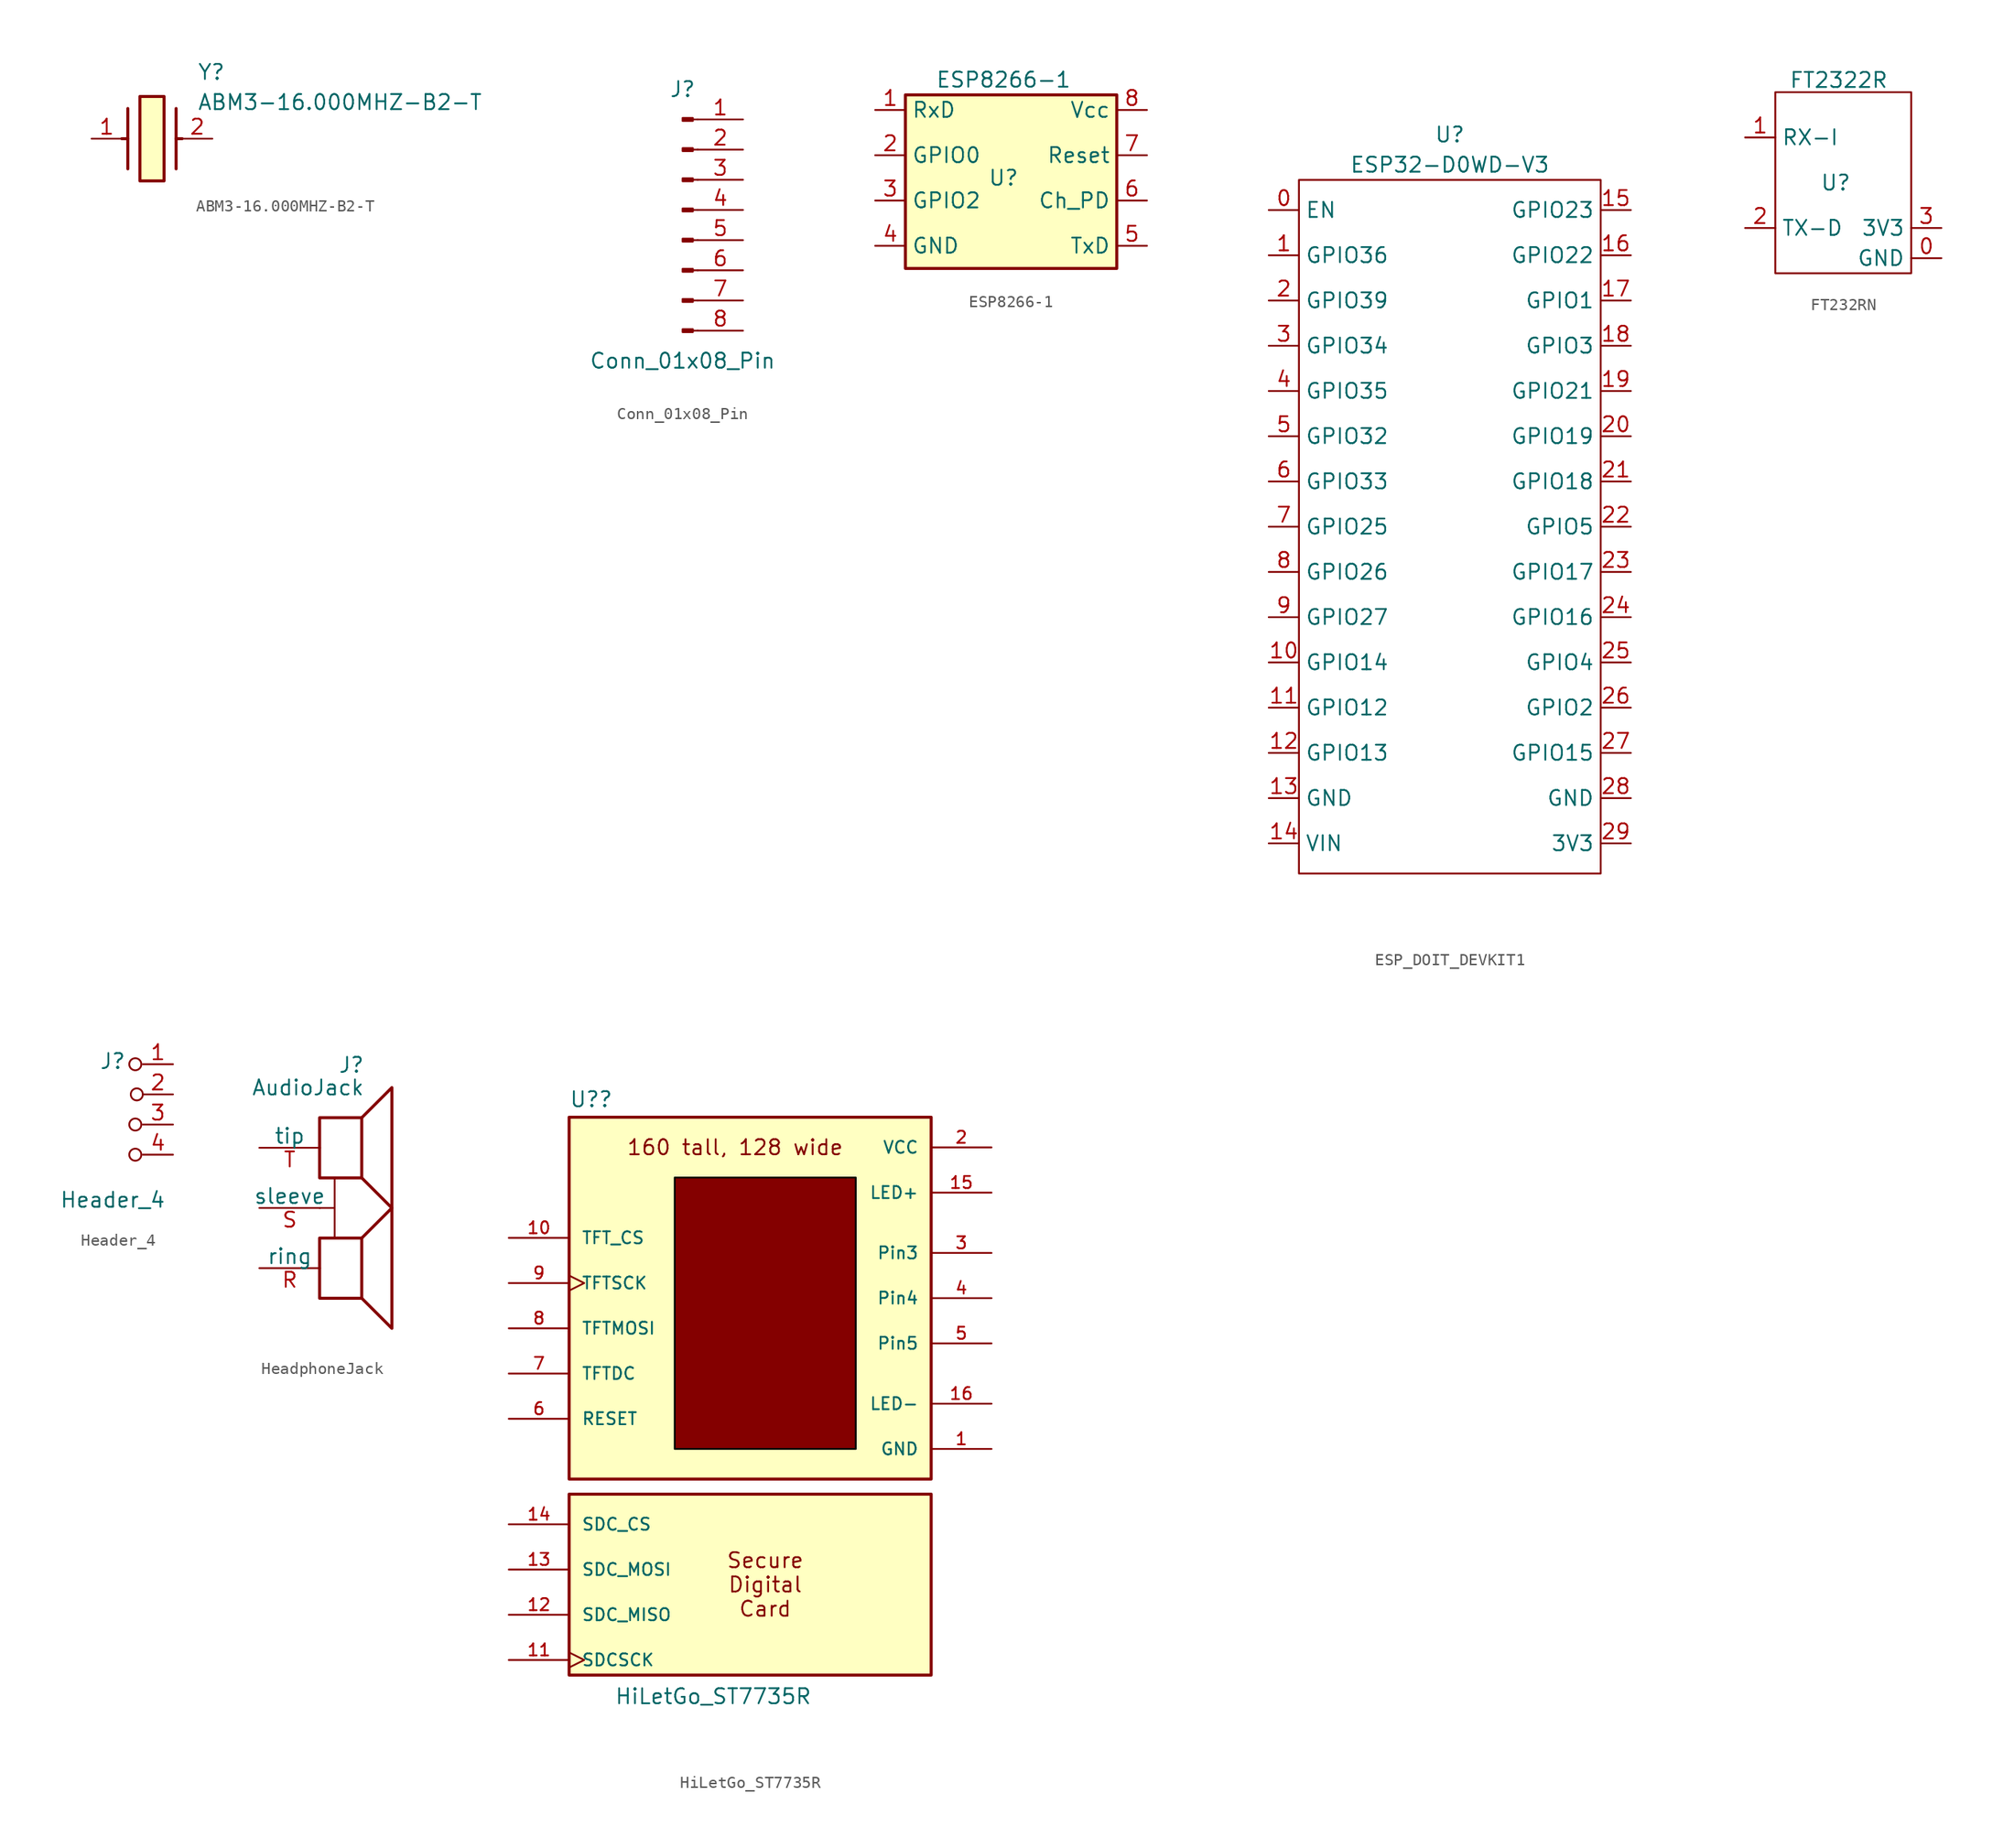
<source format=kicad_sym>
(kicad_symbol_lib
  (version 20241209)
  (generator "kicad_symbol_editor")
  (generator_version "9.0")
  (symbol "ABM3-16.000MHZ-B2-T"
    (pin_names
      (hide yes))
    (property "Reference" "Y"
      (at 8.89 6.35 0)
      (effects (font (size 1.27 1.27)) (justify left top)))
    (property "Value" "ABM3-16.000MHZ-B2-T"
      (at 8.89 3.81 0)
      (effects (font (size 1.27 1.27)) (justify left top)))
    (symbol "ABM3-16.000MHZ-B2-T_1_1"
      (polyline (pts (xy 3.048 2.54) (xy 3.048 -2.54)) (stroke (width 0.254) (type default)) (fill (type none)))
      (polyline (pts (xy 3.048 0) (xy 2.54 0)) (stroke (width 0.254) (type default)) (fill (type none)))
      (rectangle (start 4.064 3.556) (end 6.096 -3.556) (stroke (width 0.254) (type default)) (fill (type background)))
      (polyline (pts (xy 7.112 2.54) (xy 7.112 -2.54)) (stroke (width 0.254) (type default)) (fill (type none)))
      (polyline (pts (xy 7.112 0) (xy 7.62 0)) (stroke (width 0.254) (type default)) (fill (type none)))
      (pin passive line (at 0 0 0) (length 2.54) (name "1" (effects (font (size 1.27 1.27)))) (number "1" (effects (font (size 1.27 1.27)))))
      (pin passive line (at 10.16 0 180) (length 2.54) (name "2" (effects (font (size 1.27 1.27)))) (number "2" (effects (font (size 1.27 1.27)))))))
  (symbol "Conn_01x08_Pin"
    (pin_names
      (offset 1.016)
      (hide yes))
    (property "Reference" "J"
      (at 0 10.16 0)
      (effects (font (size 1.27 1.27))))
    (property "Value" "Conn_01x08_Pin"
      (at 0 -12.7 0)
      (effects (font (size 1.27 1.27))))
    (symbol "Conn_01x08_Pin_1_1"
      (rectangle (start 0.864 7.747) (end 0 7.493) (stroke (width 0.152) (type default)) (fill (type outline)))
      (rectangle (start 0.864 5.207) (end 0 4.953) (stroke (width 0.152) (type default)) (fill (type outline)))
      (rectangle (start 0.864 2.667) (end 0 2.413) (stroke (width 0.152) (type default)) (fill (type outline)))
      (rectangle (start 0.864 0.127) (end 0 -0.127) (stroke (width 0.152) (type default)) (fill (type outline)))
      (rectangle (start 0.864 -2.413) (end 0 -2.667) (stroke (width 0.152) (type default)) (fill (type outline)))
      (rectangle (start 0.864 -4.953) (end 0 -5.207) (stroke (width 0.152) (type default)) (fill (type outline)))
      (rectangle (start 0.864 -7.493) (end 0 -7.747) (stroke (width 0.152) (type default)) (fill (type outline)))
      (rectangle (start 0.864 -10.033) (end 0 -10.287) (stroke (width 0.152) (type default)) (fill (type outline)))
      (polyline (pts (xy 1.27 7.62) (xy 0.864 7.62)) (stroke (width 0.152) (type default)) (fill (type none)))
      (polyline (pts (xy 1.27 5.08) (xy 0.864 5.08)) (stroke (width 0.152) (type default)) (fill (type none)))
      (polyline (pts (xy 1.27 2.54) (xy 0.864 2.54)) (stroke (width 0.152) (type default)) (fill (type none)))
      (polyline (pts (xy 1.27 0) (xy 0.864 0)) (stroke (width 0.152) (type default)) (fill (type none)))
      (polyline (pts (xy 1.27 -2.54) (xy 0.864 -2.54)) (stroke (width 0.152) (type default)) (fill (type none)))
      (polyline (pts (xy 1.27 -5.08) (xy 0.864 -5.08)) (stroke (width 0.152) (type default)) (fill (type none)))
      (polyline (pts (xy 1.27 -7.62) (xy 0.864 -7.62)) (stroke (width 0.152) (type default)) (fill (type none)))
      (polyline (pts (xy 1.27 -10.16) (xy 0.864 -10.16)) (stroke (width 0.152) (type default)) (fill (type none)))
      (pin passive line (at 5.08 7.62 180) (length 3.81) (name "Pin_1" (effects (font (size 1.27 1.27)))) (number "1" (effects (font (size 1.27 1.27)))))
      (pin passive line (at 5.08 5.08 180) (length 3.81) (name "Pin_2" (effects (font (size 1.27 1.27)))) (number "2" (effects (font (size 1.27 1.27)))))
      (pin passive line (at 5.08 2.54 180) (length 3.81) (name "Pin_3" (effects (font (size 1.27 1.27)))) (number "3" (effects (font (size 1.27 1.27)))))
      (pin passive line (at 5.08 0 180) (length 3.81) (name "Pin_4" (effects (font (size 1.27 1.27)))) (number "4" (effects (font (size 1.27 1.27)))))
      (pin passive line (at 5.08 -2.54 180) (length 3.81) (name "Pin_5" (effects (font (size 1.27 1.27)))) (number "5" (effects (font (size 1.27 1.27)))))
      (pin passive line (at 5.08 -5.08 180) (length 3.81) (name "Pin_6" (effects (font (size 1.27 1.27)))) (number "6" (effects (font (size 1.27 1.27)))))
      (pin passive line (at 5.08 -7.62 180) (length 3.81) (name "Pin_7" (effects (font (size 1.27 1.27)))) (number "7" (effects (font (size 1.27 1.27)))))
      (pin passive line (at 5.08 -10.16 180) (length 3.81) (name "Pin_8" (effects (font (size 1.27 1.27)))) (number "8" (effects (font (size 1.27 1.27)))))))
  (symbol "ESP8266-1"
    (property "Reference" "U"
      (at 0 0 0)
      (effects (font (size 1.27 1.27))))
    (property "Value" "ESP8266-1"
      (at 0 8.255 0)
      (effects (font (size 1.27 1.27))))
    (symbol "ESP8266-1_1_1"
      (rectangle (start -8.255 6.985) (end 9.525 -7.62) (stroke (width 0.254) (type default)) (fill (type background)))
      (pin passive line (at -10.795 5.715 0) (length 2.54) (name "RxD" (effects (font (size 1.27 1.27)))) (number "1" (effects (font (size 1.27 1.27)))))
      (pin passive line (at -10.795 1.905 0) (length 2.54) (name "GPIO0" (effects (font (size 1.27 1.27)))) (number "2" (effects (font (size 1.27 1.27)))))
      (pin passive line (at -10.795 -1.905 0) (length 2.54) (name "GPIO2" (effects (font (size 1.27 1.27)))) (number "3" (effects (font (size 1.27 1.27)))))
      (pin passive line (at -10.795 -5.715 0) (length 2.54) (name "GND" (effects (font (size 1.27 1.27)))) (number "4" (effects (font (size 1.27 1.27)))))
      (pin passive line (at 12.065 5.715 180) (length 2.54) (name "Vcc" (effects (font (size 1.27 1.27)))) (number "8" (effects (font (size 1.27 1.27)))))
      (pin passive line (at 12.065 1.905 180) (length 2.54) (name "Reset" (effects (font (size 1.27 1.27)))) (number "7" (effects (font (size 1.27 1.27)))))
      (pin passive line (at 12.065 -1.905 180) (length 2.54) (name "Ch_PD" (effects (font (size 1.27 1.27)))) (number "6" (effects (font (size 1.27 1.27)))))
      (pin passive line (at 12.065 -5.715 180) (length 2.54) (name "TxD" (effects (font (size 1.27 1.27)))) (number "5" (effects (font (size 1.27 1.27)))))))
  (symbol "ESP_DOIT_DEVKIT1"
    (property "Reference" "U"
      (at 0 33.02 0)
      (effects (font (size 1.27 1.27))))
    (property "Value" "ESP32-D0WD-V3"
      (at 0 30.48 0)
      (effects (font (size 1.27 1.27))))
    (symbol "ESP_DOIT_DEVKIT1_0_1"
      (rectangle (start -12.7 29.21) (end 12.7 -29.21) (stroke (width 0) (type default)) (fill (type none))))
    (symbol "ESP_DOIT_DEVKIT1_1_1"
      (pin input line (at -15.24 26.67 0) (length 2.54) (name "EN" (effects (font (size 1.27 1.27)))) (number "0" (effects (font (size 1.27 1.27)))))
      (pin bidirectional line (at -15.24 22.86 0) (length 2.54) (name "GPIO36" (effects (font (size 1.27 1.27)))) (number "1" (effects (font (size 1.27 1.27)))))
      (pin bidirectional line (at -15.24 19.05 0) (length 2.54) (name "GPIO39" (effects (font (size 1.27 1.27)))) (number "2" (effects (font (size 1.27 1.27)))))
      (pin bidirectional line (at -15.24 15.24 0) (length 2.54) (name "GPIO34" (effects (font (size 1.27 1.27)))) (number "3" (effects (font (size 1.27 1.27)))))
      (pin bidirectional line (at -15.24 11.43 0) (length 2.54) (name "GPIO35" (effects (font (size 1.27 1.27)))) (number "4" (effects (font (size 1.27 1.27)))))
      (pin bidirectional line (at -15.24 7.62 0) (length 2.54) (name "GPIO32" (effects (font (size 1.27 1.27)))) (number "5" (effects (font (size 1.27 1.27)))))
      (pin bidirectional line (at -15.24 3.81 0) (length 2.54) (name "GPIO33" (effects (font (size 1.27 1.27)))) (number "6" (effects (font (size 1.27 1.27)))))
      (pin bidirectional line (at -15.24 0 0) (length 2.54) (name "GPIO25" (effects (font (size 1.27 1.27)))) (number "7" (effects (font (size 1.27 1.27)))))
      (pin bidirectional line (at -15.24 -3.81 0) (length 2.54) (name "GPIO26" (effects (font (size 1.27 1.27)))) (number "8" (effects (font (size 1.27 1.27)))))
      (pin bidirectional line (at -15.24 -7.62 0) (length 2.54) (name "GPIO27" (effects (font (size 1.27 1.27)))) (number "9" (effects (font (size 1.27 1.27)))))
      (pin bidirectional line (at -15.24 -11.43 0) (length 2.54) (name "GPIO14" (effects (font (size 1.27 1.27)))) (number "10" (effects (font (size 1.27 1.27)))))
      (pin bidirectional line (at -15.24 -15.24 0) (length 2.54) (name "GPIO12" (effects (font (size 1.27 1.27)))) (number "11" (effects (font (size 1.27 1.27)))))
      (pin bidirectional line (at -15.24 -19.05 0) (length 2.54) (name "GPIO13" (effects (font (size 1.27 1.27)))) (number "12" (effects (font (size 1.27 1.27)))))
      (pin power_in line (at -15.24 -22.86 0) (length 2.54) (name "GND" (effects (font (size 1.27 1.27)))) (number "13" (effects (font (size 1.27 1.27)))))
      (pin power_in line (at -15.24 -26.67 0) (length 2.54) (name "VIN" (effects (font (size 1.27 1.27)))) (number "14" (effects (font (size 1.27 1.27)))))
      (pin bidirectional line (at 15.24 26.67 180) (length 2.54) (name "GPIO23" (effects (font (size 1.27 1.27)))) (number "15" (effects (font (size 1.27 1.27)))))
      (pin bidirectional line (at 15.24 22.86 180) (length 2.54) (name "GPIO22" (effects (font (size 1.27 1.27)))) (number "16" (effects (font (size 1.27 1.27)))))
      (pin bidirectional line (at 15.24 19.05 180) (length 2.54) (name "GPIO1" (effects (font (size 1.27 1.27)))) (number "17" (effects (font (size 1.27 1.27)))))
      (pin bidirectional line (at 15.24 15.24 180) (length 2.54) (name "GPIO3" (effects (font (size 1.27 1.27)))) (number "18" (effects (font (size 1.27 1.27)))))
      (pin bidirectional line (at 15.24 11.43 180) (length 2.54) (name "GPIO21" (effects (font (size 1.27 1.27)))) (number "19" (effects (font (size 1.27 1.27)))))
      (pin bidirectional line (at 15.24 7.62 180) (length 2.54) (name "GPIO19" (effects (font (size 1.27 1.27)))) (number "20" (effects (font (size 1.27 1.27)))))
      (pin bidirectional line (at 15.24 3.81 180) (length 2.54) (name "GPIO18" (effects (font (size 1.27 1.27)))) (number "21" (effects (font (size 1.27 1.27)))))
      (pin bidirectional line (at 15.24 0 180) (length 2.54) (name "GPIO5" (effects (font (size 1.27 1.27)))) (number "22" (effects (font (size 1.27 1.27)))))
      (pin bidirectional line (at 15.24 -3.81 180) (length 2.54) (name "GPIO17" (effects (font (size 1.27 1.27)))) (number "23" (effects (font (size 1.27 1.27)))))
      (pin bidirectional line (at 15.24 -7.62 180) (length 2.54) (name "GPIO16" (effects (font (size 1.27 1.27)))) (number "24" (effects (font (size 1.27 1.27)))))
      (pin bidirectional line (at 15.24 -11.43 180) (length 2.54) (name "GPIO4" (effects (font (size 1.27 1.27)))) (number "25" (effects (font (size 1.27 1.27)))))
      (pin bidirectional line (at 15.24 -15.24 180) (length 2.54) (name "GPIO2" (effects (font (size 1.27 1.27)))) (number "26" (effects (font (size 1.27 1.27)))))
      (pin bidirectional line (at 15.24 -19.05 180) (length 2.54) (name "GPIO15" (effects (font (size 1.27 1.27)))) (number "27" (effects (font (size 1.27 1.27)))))
      (pin power_in line (at 15.24 -22.86 180) (length 2.54) (name "GND" (effects (font (size 1.27 1.27)))) (number "28" (effects (font (size 1.27 1.27)))))
      (pin power_in line (at 15.24 -26.67 180) (length 2.54) (name "3V3" (effects (font (size 1.27 1.27)))) (number "29" (effects (font (size 1.27 1.27)))))))
  (symbol "FT232RN"
    (property "Reference" "U"
      (at 0 0 0)
      (effects (font (size 1.27 1.27))))
    (property "Value" "FT2322R"
      (at 0.254 8.636 0)
      (effects (font (size 1.27 1.27))))
    (symbol "FT232RN_0_1"
      (rectangle (start -5.08 7.62) (end 6.35 -7.62) (stroke (width 0) (type default)) (fill (type none))))
    (symbol "FT232RN_1_1"
      (pin input line (at -7.62 3.81 0) (length 2.54) (name "RX-I" (effects (font (size 1.27 1.27)))) (number "1" (effects (font (size 1.27 1.27)))))
      (pin output line (at -7.62 -3.81 0) (length 2.54) (name "TX-D" (effects (font (size 1.27 1.27)))) (number "2" (effects (font (size 1.27 1.27)))))
      (pin power_out line (at 8.89 -3.81 180) (length 2.54) (name "3V3" (effects (font (size 1.27 1.27)))) (number "3" (effects (font (size 1.27 1.27)))))
      (pin power_in line (at 8.89 -6.35 180) (length 2.54) (name "GND" (effects (font (size 1.27 1.27)))) (number "0" (effects (font (size 1.27 1.27)))))))
  (symbol "Header_4"
    (pin_names
      (offset 0)
      (hide yes))
    (property "Reference" "J"
      (at 0 2.794 0)
      (effects (font (size 1.27 1.27))))
    (property "Value" "Header_4"
      (at 0 -8.89 0)
      (effects (font (size 1.27 1.27))))
    (symbol "Header_4_0_0"
      (circle (center 1.905 2.54) (radius 0.508) (stroke (width 0) (type default)) (fill (type none))))
    (symbol "Header_4_1_0"
      (circle (center 1.905 -2.54) (radius 0.508) (stroke (width 0) (type default)) (fill (type none)))
      (circle (center 1.905 -5.08) (radius 0.508) (stroke (width 0) (type default)) (fill (type none)))
      (circle (center 2.032 0) (radius 0.508) (stroke (width 0) (type default)) (fill (type none))))
    (symbol "Header_4_1_1"
      (pin passive line (at 5.08 2.54 180) (length 2.54) (name "A" (effects (font (size 1.27 1.27)))) (number "1" (effects (font (size 1.27 1.27)))))
      (pin passive line (at 5.08 0 180) (length 2.54) (name "B" (effects (font (size 1.27 1.27)))) (number "2" (effects (font (size 1.27 1.27)))))
      (pin passive line (at 5.08 -2.54 180) (length 2.54) (name "C" (effects (font (size 1.27 1.27)))) (number "3" (effects (font (size 1.27 1.27)))))
      (pin passive line (at 5.08 -5.08 180) (length 2.54) (name "C" (effects (font (size 1.27 1.27)))) (number "4" (effects (font (size 1.27 1.27)))))))
  (symbol "HeadphoneJack"
    (pin_names
      (offset 0))
    (property "Reference" "J"
      (at 1.27 5.715 0)
      (effects (font (size 1.27 1.27)) (justify right)))
    (property "Value" "AudioJack"
      (at 1.27 3.81 0)
      (effects (font (size 1.27 1.27)) (justify right)))
    (symbol "HeadphoneJack_0_0"
      (rectangle (start -2.54 1.27) (end 1.016 -3.81) (stroke (width 0.254) (type default)) (fill (type none)))
      (rectangle (start -2.54 -8.89) (end 1.016 -13.97) (stroke (width 0.254) (type default)) (fill (type none)))
      (polyline (pts (xy 1.016 1.27) (xy 3.556 3.81) (xy 3.556 -6.35) (xy 1.016 -3.81)) (stroke (width 0.254) (type default)) (fill (type none)))
      (polyline (pts (xy 1.016 -8.89) (xy 3.556 -6.35) (xy 3.556 -16.51) (xy 1.016 -13.97)) (stroke (width 0.254) (type default)) (fill (type none))))
    (symbol "HeadphoneJack_0_1"
      (polyline (pts (xy -2.54 -6.35) (xy -1.27 -6.35) (xy -1.27 -3.81) (xy -1.27 -8.89)) (stroke (width 0) (type default)) (fill (type none))))
    (symbol "HeadphoneJack_1_1"
      (pin input line (at -7.62 -1.27 0) (length 5.12) (name "tip" (effects (font (size 1.27 1.27)))) (number "T" (effects (font (size 1.27 1.27)))))
      (pin input line (at -7.62 -6.35 0) (length 5.12) (name "sleeve" (effects (font (size 1.27 1.27)))) (number "S" (effects (font (size 1.27 1.27)))))
      (pin input line (at -7.62 -11.43 0) (length 5.12) (name "ring" (effects (font (size 1.27 1.27)))) (number "R" (effects (font (size 1.27 1.27)))))))
  (symbol "HiLetGo_ST7735R"
    (pin_names
      (offset 1.016))
    (property "Reference" "U?"
      (at -15.24 16.002 0)
      (effects (font (size 1.27 1.27)) (justify left bottom)))
    (property "Value" "HiLetGo_ST7735R"
      (at -11.43 -34.29 0)
      (effects (font (size 1.27 1.27)) (justify left bottom)))
    (symbol "HiLetGo_ST7735R_0_0"
      (rectangle (start -15.24 15.24) (end 15.24 -15.24) (stroke (width 0.254) (type default)) (fill (type background)))
      (rectangle (start -15.24 -16.51) (end 15.24 -31.75) (stroke (width 0.254) (type default)) (fill (type background))))
    (symbol "HiLetGo_ST7735R_1_0"
      (pin input line (at -20.32 5.08 0) (length 5.08) (name "TFT_CS" (effects (font (size 1.016 1.016)))) (number "10" (effects (font (size 1.016 1.016)))))
      (pin input clock (at -20.32 1.27 0) (length 5.08) (name "TFTSCK" (effects (font (size 1.016 1.016)))) (number "9" (effects (font (size 1.016 1.016)))))
      (pin input line (at -20.32 -2.54 0) (length 5.08) (name "TFTMOSI" (effects (font (size 1.016 1.016)))) (number "8" (effects (font (size 1.016 1.016)))))
      (pin input line (at -20.32 -6.35 0) (length 5.08) (name "TFTDC" (effects (font (size 1.016 1.016)))) (number "7" (effects (font (size 1.016 1.016)))))
      (pin input line (at -20.32 -10.16 0) (length 5.08) (name "RESET" (effects (font (size 1.016 1.016)))) (number "6" (effects (font (size 1.016 1.016)))))
      (pin input line (at -20.32 -19.05 0) (length 5.08) (name "SDC_CS" (effects (font (size 1.016 1.016)))) (number "14" (effects (font (size 1.016 1.016)))))
      (pin input line (at -20.32 -22.86 0) (length 5.08) (name "SDC_MOSI" (effects (font (size 1.016 1.016)))) (number "13" (effects (font (size 1.016 1.016)))))
      (pin output line (at -20.32 -26.67 0) (length 5.08) (name "SDC_MISO" (effects (font (size 1.016 1.016)))) (number "12" (effects (font (size 1.016 1.016)))))
      (pin input clock (at -20.32 -30.48 0) (length 5.08) (name "SDCSCK" (effects (font (size 1.016 1.016)))) (number "11" (effects (font (size 1.016 1.016)))))
      (pin power_in line (at 20.32 12.7 180) (length 5.08) (name "VCC" (effects (font (size 1.016 1.016)))) (number "2" (effects (font (size 1.016 1.016)))))
      (pin power_in line (at 20.32 8.89 180) (length 5.08) (name "LED+" (effects (font (size 1.016 1.016)))) (number "15" (effects (font (size 1.016 1.016)))))
      (pin free line (at 20.32 3.81 180) (length 5.08) (name "Pin3" (effects (font (size 1.016 1.016)))) (number "3" (effects (font (size 1.016 1.016)))))
      (pin free line (at 20.32 0 180) (length 5.08) (name "Pin4" (effects (font (size 1.016 1.016)))) (number "4" (effects (font (size 1.016 1.016)))))
      (pin free line (at 20.32 -3.81 180) (length 5.08) (name "Pin5" (effects (font (size 1.016 1.016)))) (number "5" (effects (font (size 1.016 1.016)))))
      (pin power_in line (at 20.32 -8.89 180) (length 5.08) (name "LED-" (effects (font (size 1.016 1.016)))) (number "16" (effects (font (size 1.016 1.016)))))
      (pin power_in line (at 20.32 -12.7 180) (length 5.08) (name "GND" (effects (font (size 1.016 1.016)))) (number "1" (effects (font (size 1.016 1.016))))))
    (symbol "HiLetGo_ST7735R_1_1"
      (rectangle (start -6.35 10.16) (end 8.89 -12.7) (stroke (width 0) (type default) (color 0 0 0 1)) (fill (type color) (color 132 0 0 1)))
      (text "160 tall, 128 wide" (at -1.27 12.7 0) (effects (font (size 1.27 1.27))))
      (text "Secure\nDigital\nCard" (at 1.27 -24.13 0) (effects (font (size 1.27 1.27)))))))
</source>
